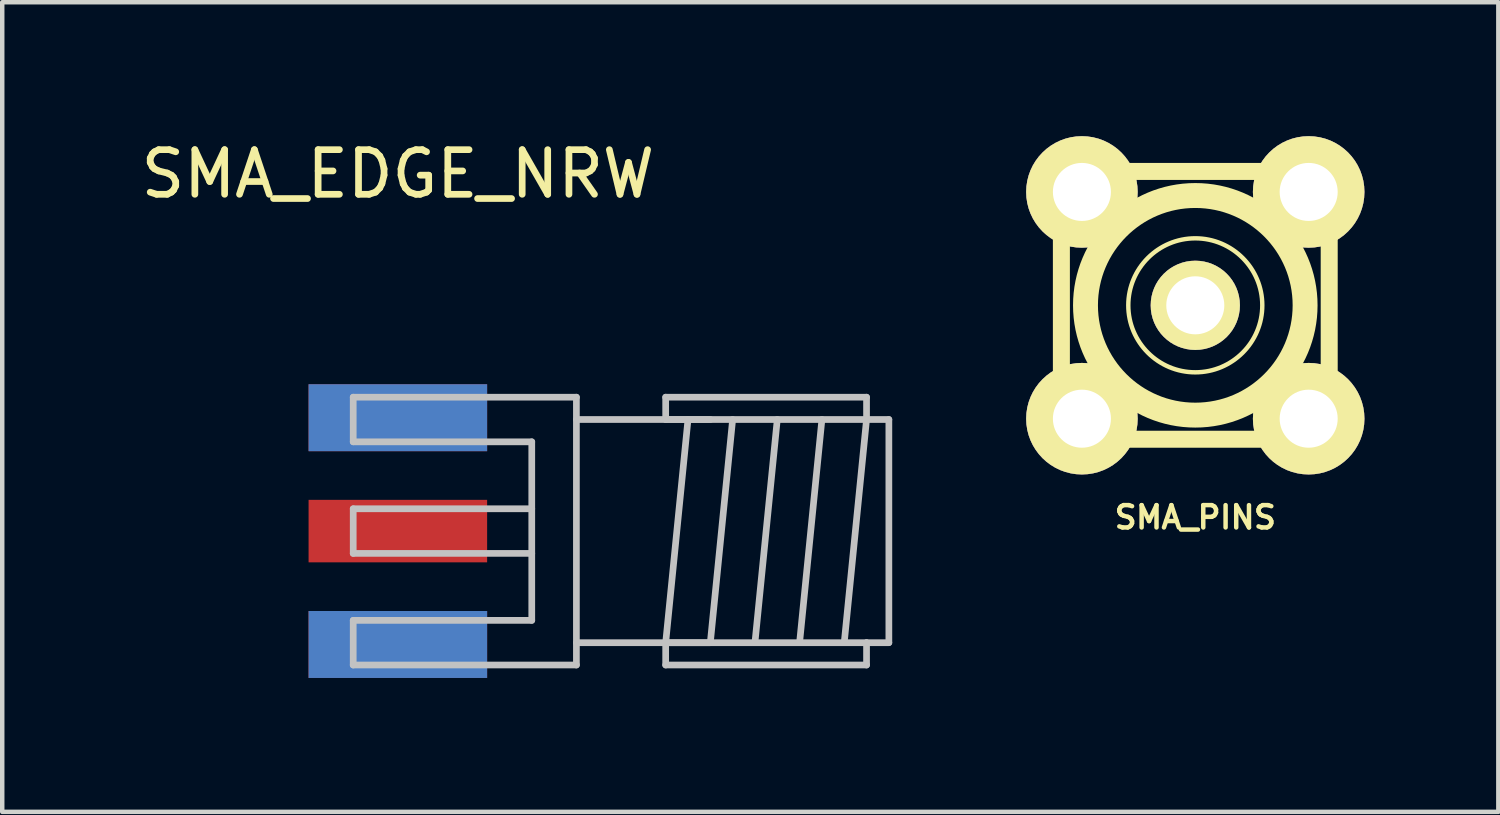
<source format=kicad_pcb>
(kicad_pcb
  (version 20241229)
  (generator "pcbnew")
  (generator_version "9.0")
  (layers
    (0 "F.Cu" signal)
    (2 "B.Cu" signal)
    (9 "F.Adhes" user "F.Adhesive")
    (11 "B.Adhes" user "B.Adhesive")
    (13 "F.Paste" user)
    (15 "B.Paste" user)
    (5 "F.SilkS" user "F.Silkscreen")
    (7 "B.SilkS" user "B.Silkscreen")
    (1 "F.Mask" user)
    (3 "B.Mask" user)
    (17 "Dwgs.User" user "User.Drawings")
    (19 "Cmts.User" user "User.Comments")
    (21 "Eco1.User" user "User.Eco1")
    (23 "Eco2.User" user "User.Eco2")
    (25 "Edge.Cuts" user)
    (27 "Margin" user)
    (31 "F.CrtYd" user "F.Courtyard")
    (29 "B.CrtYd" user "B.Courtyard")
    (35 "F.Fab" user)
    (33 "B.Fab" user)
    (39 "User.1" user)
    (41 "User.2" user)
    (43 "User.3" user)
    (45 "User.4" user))
  (footprint "SMA_EDGE_NRW"
    (layer "F.Cu")
    (at 5.863 8.848)
    (property "Reference" "SMA_EDGE_NRW" (at 0 -8 0) (layer "F.SilkS") (effects (font (size 1 1) (thickness 0.15))))
    (attr through_hole)
    (fp_line (start -1 -3) (end -1 -2) (stroke (width 0.15) (type solid)) (layer "Dwgs.User"))
    (fp_line (start -1 -3) (end 4 -3) (stroke (width 0.15) (type solid)) (layer "Dwgs.User"))
    (fp_line (start -1 -2) (end 3 -2) (stroke (width 0.15) (type solid)) (layer "Dwgs.User"))
    (fp_line (start -1 -0.5) (end -1 0.5) (stroke (width 0.15) (type solid)) (layer "Dwgs.User"))
    (fp_line (start -1 0.5) (end 3 0.5) (stroke (width 0.15) (type solid)) (layer "Dwgs.User"))
    (fp_line (start -1 2) (end -1 3) (stroke (width 0.15) (type solid)) (layer "Dwgs.User"))
    (fp_line (start -1 3) (end 4 3) (stroke (width 0.15) (type solid)) (layer "Dwgs.User"))
    (fp_line (start 3 -2) (end 3 2) (stroke (width 0.15) (type solid)) (layer "Dwgs.User"))
    (fp_line (start 3 -0.5) (end -1 -0.5) (stroke (width 0.15) (type solid)) (layer "Dwgs.User"))
    (fp_line (start 3 2) (end -1 2) (stroke (width 0.15) (type solid)) (layer "Dwgs.User"))
    (fp_line (start 4 3) (end 4 -3) (stroke (width 0.15) (type solid)) (layer "Dwgs.User"))
    (fp_line (start 6 -3) (end 6 -2.5) (stroke (width 0.15) (type solid)) (layer "Dwgs.User"))
    (fp_line (start 6 -2.5) (end 10.5 -2.5) (stroke (width 0.15) (type solid)) (layer "Dwgs.User"))
    (fp_line (start 6 2.5) (end 10.5 2.5) (stroke (width 0.15) (type solid)) (layer "Dwgs.User"))
    (fp_line (start 6 3) (end 6 2.5) (stroke (width 0.15) (type solid)) (layer "Dwgs.User"))
    (fp_line (start 6 3) (end 10.5 3) (stroke (width 0.15) (type solid)) (layer "Dwgs.User"))
    (fp_line (start 6.5 -2.5) (end 6 2.5) (stroke (width 0.15) (type solid)) (layer "Dwgs.User"))
    (fp_line (start 7 -2.5) (end 4 -2.5) (stroke (width 0.15) (type solid)) (layer "Dwgs.User"))
    (fp_line (start 7 2.5) (end 4 2.5) (stroke (width 0.15) (type solid)) (layer "Dwgs.User"))
    (fp_line (start 7.5 -2.5) (end 7 2.5) (stroke (width 0.15) (type solid)) (layer "Dwgs.User"))
    (fp_line (start 8.5 -2.5) (end 8 2.5) (stroke (width 0.15) (type solid)) (layer "Dwgs.User"))
    (fp_line (start 9.5 -2.5) (end 9 2.5) (stroke (width 0.15) (type solid)) (layer "Dwgs.User"))
    (fp_line (start 10.5 -3) (end 6 -3) (stroke (width 0.15) (type solid)) (layer "Dwgs.User"))
    (fp_line (start 10.5 -2.5) (end 10 2.5) (stroke (width 0.15) (type solid)) (layer "Dwgs.User"))
    (fp_line (start 10.5 -2.5) (end 10.5 -3) (stroke (width 0.15) (type solid)) (layer "Dwgs.User"))
    (fp_line (start 10.5 2.5) (end 10.5 3) (stroke (width 0.15) (type solid)) (layer "Dwgs.User"))
    (fp_line (start 11 -2.5) (end 10.5 -2.5) (stroke (width 0.15) (type solid)) (layer "Dwgs.User"))
    (fp_line (start 11 -2.5) (end 11 2.5) (stroke (width 0.15) (type solid)) (layer "Dwgs.User"))
    (fp_line (start 11 2.5) (end 10.5 2.5) (stroke (width 0.15) (type solid)) (layer "Dwgs.User"))
    (pad "1" smd rect (at 0 0) (size 4 1.4) (layers "F.Cu" "F.Mask" "F.Paste"))
    (pad "2" smd rect (at 0 -2.54) (size 4 1.5) (layers "F.Cu" "F.Mask" "F.Paste"))
    (pad "2" smd rect (at 0 -2.54) (size 4 1.5) (layers "B.Cu" "B.Mask" "B.Paste"))
    (pad "2" smd rect (at 0 2.54) (size 4 1.5) (layers "F.Cu" "F.Mask" "F.Paste"))
    (pad "2" smd rect (at 0 2.54) (size 4 1.5) (layers "B.Cu" "B.Mask" "B.Paste")))
  (footprint "SMA_PINS"
    (layer "F.Cu")
    (at 23.728 3.79)
    (property "Reference" "SMA_PINS" (at 0 4.75 0) (layer "F.SilkS") (effects (font (size 0.5 0.5) (thickness 0.1))))
    (attr through_hole)
    (fp_line (start -3 -3) (end 3 -3) (stroke (width 0.381) (type solid)) (layer "F.SilkS"))
    (fp_line (start -3 3) (end -3 -3) (stroke (width 0.381) (type solid)) (layer "F.SilkS"))
    (fp_line (start 3 -3) (end 3 3) (stroke (width 0.381) (type solid)) (layer "F.SilkS"))
    (fp_line (start 3 3) (end -3 3) (stroke (width 0.381) (type solid)) (layer "F.SilkS"))
    (fp_circle (center 0 0) (end 0 -0.5) (stroke (width 0.099) (type solid)) (fill no) (layer "F.SilkS"))
    (fp_circle (center 0 0) (end 1.501 0) (stroke (width 0.099) (type solid)) (fill no) (layer "F.SilkS"))
    (fp_circle (center 0 0) (end 2.25 0.749) (stroke (width 0.381) (type solid)) (fill no) (layer "F.SilkS"))
    (fp_circle (center 0 0) (end 2.499 -0.5) (stroke (width 0.381) (type solid)) (fill no) (layer "F.SilkS"))
    (pad "1" thru_hole circle (at 0 0) (size 1.999 1.999) (drill 1.3) (layers "*.Cu" "*.Mask" "F.SilkS"))
    (pad "2" thru_hole circle (at -2.54 -2.54) (size 2.499 2.499) (drill 1.3) (layers "*.Cu" "*.Mask" "F.SilkS"))
    (pad "2" thru_hole circle (at -2.54 2.54) (size 2.499 2.499) (drill 1.3) (layers "*.Cu" "*.Mask" "F.SilkS"))
    (pad "2" thru_hole circle (at 2.54 -2.54) (size 2.499 2.499) (drill 1.3) (layers "*.Cu" "*.Mask" "F.SilkS"))
    (pad "2" thru_hole circle (at 2.54 2.54) (size 2.499 2.499) (drill 1.3) (layers "*.Cu" "*.Mask" "F.SilkS")))
  (gr_rect
    (start -3 -3)
    (end 30.517 15.138)
    (stroke (width 0.1) (type default))
    (fill no)
    (layer "Edge.Cuts")))
</source>
